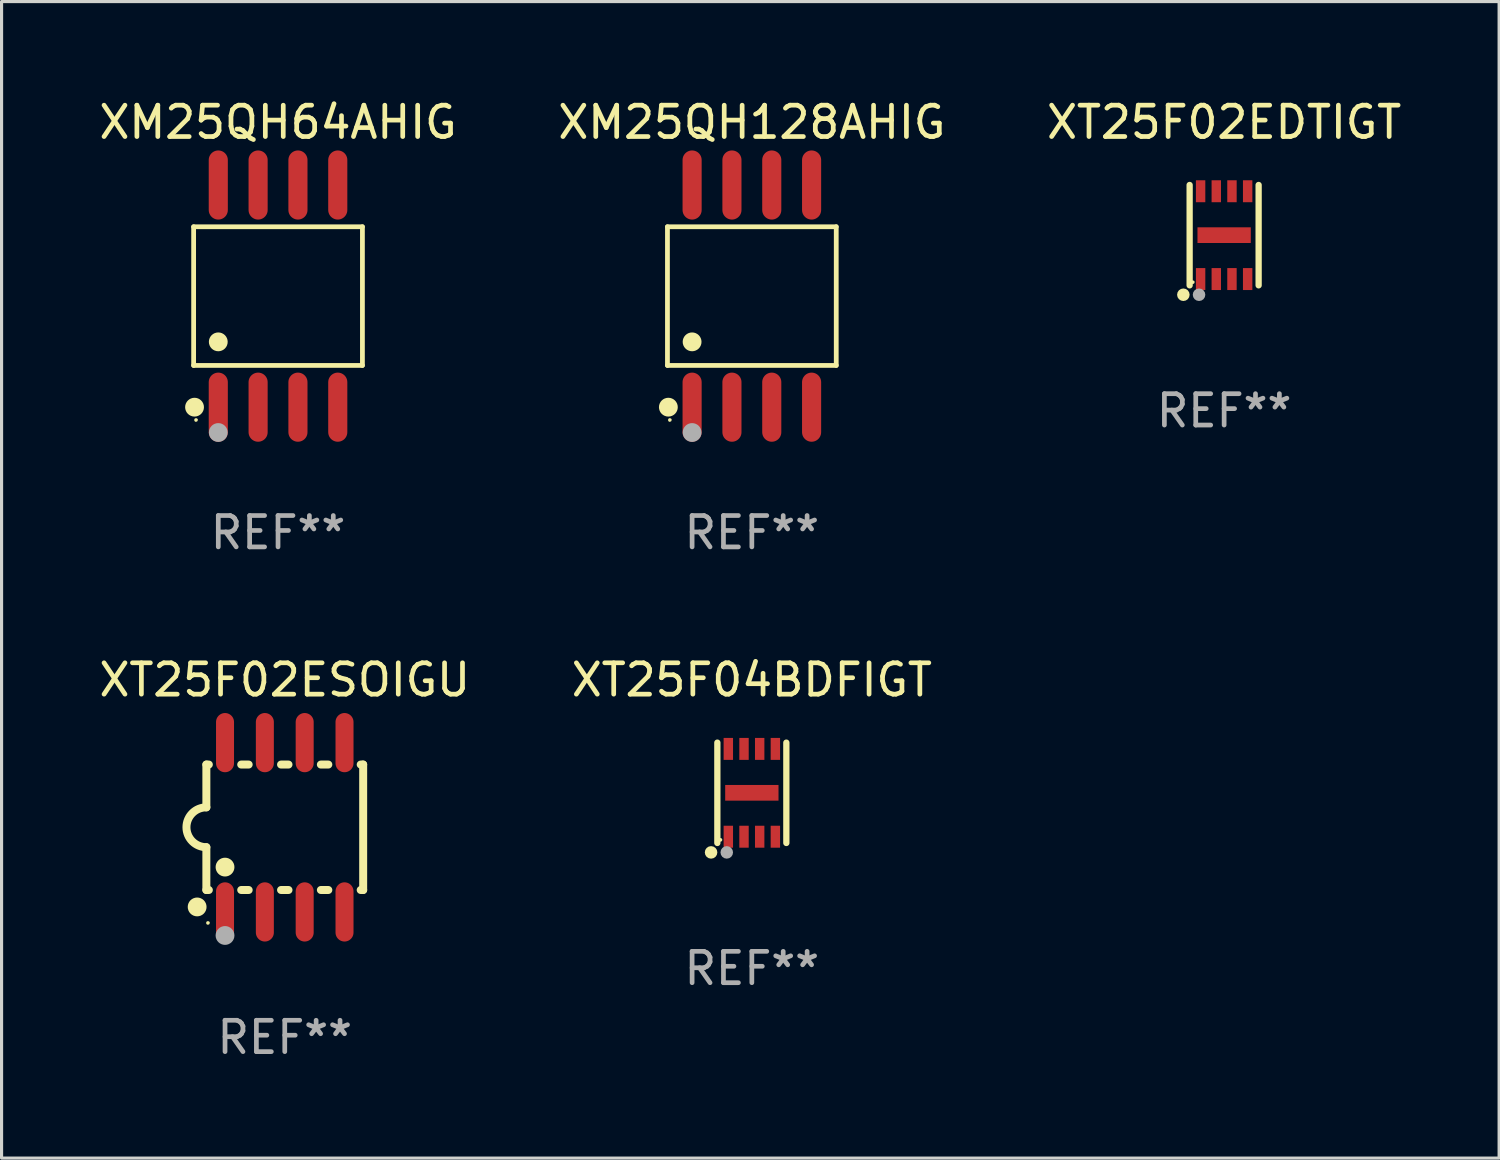
<source format=kicad_pcb>
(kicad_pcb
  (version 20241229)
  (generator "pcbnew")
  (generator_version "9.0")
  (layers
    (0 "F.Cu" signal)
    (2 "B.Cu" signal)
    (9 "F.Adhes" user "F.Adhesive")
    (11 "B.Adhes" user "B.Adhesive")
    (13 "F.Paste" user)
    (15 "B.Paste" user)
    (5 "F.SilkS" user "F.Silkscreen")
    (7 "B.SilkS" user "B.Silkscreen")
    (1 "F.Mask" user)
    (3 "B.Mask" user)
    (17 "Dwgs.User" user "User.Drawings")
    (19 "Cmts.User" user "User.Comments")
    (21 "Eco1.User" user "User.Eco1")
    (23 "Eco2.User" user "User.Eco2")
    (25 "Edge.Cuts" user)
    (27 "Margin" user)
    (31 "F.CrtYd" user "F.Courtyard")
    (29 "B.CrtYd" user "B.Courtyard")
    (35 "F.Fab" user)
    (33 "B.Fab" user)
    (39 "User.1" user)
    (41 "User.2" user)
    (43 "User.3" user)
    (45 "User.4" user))
  (footprint "XT25F02EDTIGT"
    (layer "F.Cu")
    (at 35.982 4.448)
    (property "Reference" "XT25F02EDTIGT" (at 0 -3.6 0) (layer "F.SilkS") (effects (font (size 1 1) (thickness 0.15))))
    (attr through_hole)
    (fp_line (start -1.1 1.6) (end -1.1 -1.6) (stroke (width 0.2) (type solid)) (layer "F.SilkS"))
    (fp_line (start 1.1 1.6) (end 1.1 -1.6) (stroke (width 0.2) (type solid)) (layer "F.SilkS"))
    (fp_circle (center -1.3 1.9) (end -1.2 1.9) (stroke (width 0.2) (type solid)) (fill no) (layer "F.SilkS"))
    (fp_circle (center -1 1.5) (end -0.97 1.5) (stroke (width 0.06) (type solid)) (fill no) (layer "F.SilkS"))
    (fp_circle (center -0.8 1.9) (end -0.7 1.9) (stroke (width 0.2) (type solid)) (fill no) (layer "F.Fab"))
    (fp_text user "REF**" (at 0 5.6 0) (layer "F.Fab") (effects (font (size 1 1) (thickness 0.15))))
    (pad "1" smd rect (at -0.75 1.4 90) (size 0.7 0.3) (layers "F.Cu" "F.Mask" "F.Paste"))
    (pad "2" smd rect (at -0.25 1.4 90) (size 0.7 0.3) (layers "F.Cu" "F.Mask" "F.Paste"))
    (pad "3" smd rect (at 0.25 1.4 90) (size 0.7 0.3) (layers "F.Cu" "F.Mask" "F.Paste"))
    (pad "4" smd rect (at 0.75 1.4 90) (size 0.7 0.3) (layers "F.Cu" "F.Mask" "F.Paste"))
    (pad "5" smd rect (at 0.75 -1.4 90) (size 0.7 0.3) (layers "F.Cu" "F.Mask" "F.Paste"))
    (pad "6" smd rect (at 0.25 -1.4 90) (size 0.7 0.3) (layers "F.Cu" "F.Mask" "F.Paste"))
    (pad "7" smd rect (at -0.25 -1.4 90) (size 0.7 0.3) (layers "F.Cu" "F.Mask" "F.Paste"))
    (pad "8" smd rect (at -0.75 -1.4 90) (size 0.7 0.3) (layers "F.Cu" "F.Mask" "F.Paste"))
    (pad "9" smd rect (at 0.000127 0) (size 1.7 0.5) (layers "F.Cu" "F.Mask" "F.Paste")))
  (footprint "XT25F02ESOIGU"
    (layer "F.Cu")
    (at 6.03 23.328)
    (property "Reference" "XT25F02ESOIGU" (at 0 -4.699 0) (layer "F.SilkS") (effects (font (size 1 1) (thickness 0.15))))
    (attr through_hole)
    (fp_line (start -2.5 -2) (end -2.5 -0.635) (stroke (width 0.254) (type solid)) (layer "F.SilkS"))
    (fp_line (start -2.5 -2) (end -2.421 -2) (stroke (width 0.254) (type solid)) (layer "F.SilkS"))
    (fp_line (start -2.5 2) (end -2.5 0.635) (stroke (width 0.254) (type solid)) (layer "F.SilkS"))
    (fp_line (start -2.5 2) (end -2.421 2) (stroke (width 0.254) (type solid)) (layer "F.SilkS"))
    (fp_line (start -1.389 -2) (end -1.151 -2) (stroke (width 0.254) (type solid)) (layer "F.SilkS"))
    (fp_line (start -1.389 2) (end -1.151 2) (stroke (width 0.254) (type solid)) (layer "F.SilkS"))
    (fp_line (start -0.119 -2) (end 0.119 -2) (stroke (width 0.254) (type solid)) (layer "F.SilkS"))
    (fp_line (start -0.119 2) (end 0.119 2) (stroke (width 0.254) (type solid)) (layer "F.SilkS"))
    (fp_line (start 1.151 -2) (end 1.389 -2) (stroke (width 0.254) (type solid)) (layer "F.SilkS"))
    (fp_line (start 1.151 2) (end 1.389 2) (stroke (width 0.254) (type solid)) (layer "F.SilkS"))
    (fp_line (start 2.421 -2) (end 2.5 -2) (stroke (width 0.254) (type solid)) (layer "F.SilkS"))
    (fp_line (start 2.421 2) (end 2.5 2) (stroke (width 0.254) (type solid)) (layer "F.SilkS"))
    (fp_line (start 2.5 -2) (end 2.5 2) (stroke (width 0.254) (type solid)) (layer "F.SilkS"))
    (fp_arc (start -2.5 0.635001) (mid -3.134366 -0.000318) (end -2.499365 -0.635001) (stroke (width 0.254001) (type solid)) (layer "F.SilkS"))
    (fp_circle (center -2.794 2.54) (end -2.644 2.54) (stroke (width 0.3) (type solid)) (fill no) (layer "F.SilkS"))
    (fp_circle (center -2.45 3.05) (end -2.42 3.05) (stroke (width 0.06) (type solid)) (fill no) (layer "F.SilkS"))
    (fp_circle (center -1.905 1.27) (end -1.755 1.27) (stroke (width 0.3) (type solid)) (fill no) (layer "F.SilkS"))
    (fp_circle (center -1.905 3.45) (end -1.755 3.45) (stroke (width 0.3) (type solid)) (fill no) (layer "F.Fab"))
    (fp_text user "REF**" (at 0 6.699 0) (layer "F.Fab") (effects (font (size 1 1) (thickness 0.15))))
    (pad "1" smd oval (at -1.905 2.699) (size 0.574 1.888) (layers "F.Cu" "F.Mask" "F.Paste"))
    (pad "2" smd oval (at -0.635 2.699) (size 0.574 1.888) (layers "F.Cu" "F.Mask" "F.Paste"))
    (pad "3" smd oval (at 0.635 2.699) (size 0.574 1.888) (layers "F.Cu" "F.Mask" "F.Paste"))
    (pad "4" smd oval (at 1.905 2.699) (size 0.574 1.888) (layers "F.Cu" "F.Mask" "F.Paste"))
    (pad "5" smd oval (at 1.905 -2.699) (size 0.574 1.888) (layers "F.Cu" "F.Mask" "F.Paste"))
    (pad "6" smd oval (at 0.635 -2.699) (size 0.574 1.888) (layers "F.Cu" "F.Mask" "F.Paste"))
    (pad "7" smd oval (at -0.635 -2.699) (size 0.574 1.888) (layers "F.Cu" "F.Mask" "F.Paste"))
    (pad "8" smd oval (at -1.905 -2.699) (size 0.574 1.888) (layers "F.Cu" "F.Mask" "F.Paste")))
  (footprint "XT25F04BDFIGT"
    (layer "F.Cu")
    (at 20.923 22.229)
    (property "Reference" "XT25F04BDFIGT" (at 0 -3.6 0) (layer "F.SilkS") (effects (font (size 1 1) (thickness 0.15))))
    (attr through_hole)
    (fp_line (start -1.1 1.6) (end -1.1 -1.6) (stroke (width 0.2) (type solid)) (layer "F.SilkS"))
    (fp_line (start 1.1 1.6) (end 1.1 -1.6) (stroke (width 0.2) (type solid)) (layer "F.SilkS"))
    (fp_circle (center -1.3 1.9) (end -1.2 1.9) (stroke (width 0.2) (type solid)) (fill no) (layer "F.SilkS"))
    (fp_circle (center -1 1.5) (end -0.97 1.5) (stroke (width 0.06) (type solid)) (fill no) (layer "F.SilkS"))
    (fp_circle (center -0.8 1.9) (end -0.7 1.9) (stroke (width 0.2) (type solid)) (fill no) (layer "F.Fab"))
    (fp_text user "REF**" (at 0 5.6 0) (layer "F.Fab") (effects (font (size 1 1) (thickness 0.15))))
    (pad "1" smd rect (at -0.75 1.4 90) (size 0.7 0.3) (layers "F.Cu" "F.Mask" "F.Paste"))
    (pad "2" smd rect (at -0.25 1.4 90) (size 0.7 0.3) (layers "F.Cu" "F.Mask" "F.Paste"))
    (pad "3" smd rect (at 0.25 1.4 90) (size 0.7 0.3) (layers "F.Cu" "F.Mask" "F.Paste"))
    (pad "4" smd rect (at 0.75 1.4 90) (size 0.7 0.3) (layers "F.Cu" "F.Mask" "F.Paste"))
    (pad "5" smd rect (at 0.75 -1.4 90) (size 0.7 0.3) (layers "F.Cu" "F.Mask" "F.Paste"))
    (pad "6" smd rect (at 0.25 -1.4 90) (size 0.7 0.3) (layers "F.Cu" "F.Mask" "F.Paste"))
    (pad "7" smd rect (at -0.25 -1.4 90) (size 0.7 0.3) (layers "F.Cu" "F.Mask" "F.Paste"))
    (pad "8" smd rect (at -0.75 -1.4 90) (size 0.7 0.3) (layers "F.Cu" "F.Mask" "F.Paste"))
    (pad "9" smd rect (at 0.000127 0) (size 1.7 0.5) (layers "F.Cu" "F.Mask" "F.Paste")))
  (footprint "XM25QH128AHIG"
    (layer "F.Cu")
    (at 20.923 6.391)
    (property "Reference" "XM25QH128AHIG" (at 0 -5.542 0) (layer "F.SilkS") (effects (font (size 1 1) (thickness 0.15))))
    (attr through_hole)
    (fp_line (start -2.691 -2.211) (end 2.691 -2.211) (stroke (width 0.152) (type solid)) (layer "F.SilkS"))
    (fp_line (start -2.691 2.211) (end -2.691 -2.211) (stroke (width 0.152) (type solid)) (layer "F.SilkS"))
    (fp_line (start 2.691 -2.211) (end 2.691 2.211) (stroke (width 0.152) (type solid)) (layer "F.SilkS"))
    (fp_line (start 2.691 2.211) (end -2.691 2.211) (stroke (width 0.152) (type solid)) (layer "F.SilkS"))
    (fp_circle (center -2.662 3.542) (end -2.512 3.542) (stroke (width 0.3) (type solid)) (fill no) (layer "F.SilkS"))
    (fp_circle (center -2.615 3.95) (end -2.585 3.95) (stroke (width 0.06) (type solid)) (fill no) (layer "F.SilkS"))
    (fp_circle (center -1.905 1.459) (end -1.755 1.459) (stroke (width 0.3) (type solid)) (fill no) (layer "F.SilkS"))
    (fp_circle (center -1.905 4.35) (end -1.755 4.35) (stroke (width 0.3) (type solid)) (fill no) (layer "F.Fab"))
    (fp_text user "REF**" (at 0 7.542 0) (layer "F.Fab") (effects (font (size 1 1) (thickness 0.15))))
    (pad "1" smd oval (at -1.905 3.542) (size 0.609 2.204) (layers "F.Cu" "F.Mask" "F.Paste"))
    (pad "2" smd oval (at -0.635 3.542) (size 0.609 2.204) (layers "F.Cu" "F.Mask" "F.Paste"))
    (pad "3" smd oval (at 0.635 3.542) (size 0.609 2.204) (layers "F.Cu" "F.Mask" "F.Paste"))
    (pad "4" smd oval (at 1.905 3.542) (size 0.609 2.204) (layers "F.Cu" "F.Mask" "F.Paste"))
    (pad "5" smd oval (at 1.905 -3.542) (size 0.609 2.204) (layers "F.Cu" "F.Mask" "F.Paste"))
    (pad "6" smd oval (at 0.635 -3.542) (size 0.609 2.204) (layers "F.Cu" "F.Mask" "F.Paste"))
    (pad "7" smd oval (at -0.635 -3.542) (size 0.609 2.204) (layers "F.Cu" "F.Mask" "F.Paste"))
    (pad "8" smd oval (at -1.905 -3.542) (size 0.609 2.204) (layers "F.Cu" "F.Mask" "F.Paste")))
  (footprint "XM25QH64AHIG"
    (layer "F.Cu")
    (at 5.815 6.391)
    (property "Reference" "XM25QH64AHIG" (at 0 -5.542 0) (layer "F.SilkS") (effects (font (size 1 1) (thickness 0.15))))
    (attr through_hole)
    (fp_line (start -2.691 -2.211) (end 2.691 -2.211) (stroke (width 0.152) (type solid)) (layer "F.SilkS"))
    (fp_line (start -2.691 2.211) (end -2.691 -2.211) (stroke (width 0.152) (type solid)) (layer "F.SilkS"))
    (fp_line (start 2.691 -2.211) (end 2.691 2.211) (stroke (width 0.152) (type solid)) (layer "F.SilkS"))
    (fp_line (start 2.691 2.211) (end -2.691 2.211) (stroke (width 0.152) (type solid)) (layer "F.SilkS"))
    (fp_circle (center -2.662 3.542) (end -2.512 3.542) (stroke (width 0.3) (type solid)) (fill no) (layer "F.SilkS"))
    (fp_circle (center -2.615 3.95) (end -2.585 3.95) (stroke (width 0.06) (type solid)) (fill no) (layer "F.SilkS"))
    (fp_circle (center -1.905 1.459) (end -1.755 1.459) (stroke (width 0.3) (type solid)) (fill no) (layer "F.SilkS"))
    (fp_circle (center -1.905 4.35) (end -1.755 4.35) (stroke (width 0.3) (type solid)) (fill no) (layer "F.Fab"))
    (fp_text user "REF**" (at 0 7.542 0) (layer "F.Fab") (effects (font (size 1 1) (thickness 0.15))))
    (pad "1" smd oval (at -1.905 3.542) (size 0.609 2.204) (layers "F.Cu" "F.Mask" "F.Paste"))
    (pad "2" smd oval (at -0.635 3.542) (size 0.609 2.204) (layers "F.Cu" "F.Mask" "F.Paste"))
    (pad "3" smd oval (at 0.635 3.542) (size 0.609 2.204) (layers "F.Cu" "F.Mask" "F.Paste"))
    (pad "4" smd oval (at 1.905 3.542) (size 0.609 2.204) (layers "F.Cu" "F.Mask" "F.Paste"))
    (pad "5" smd oval (at 1.905 -3.542) (size 0.609 2.204) (layers "F.Cu" "F.Mask" "F.Paste"))
    (pad "6" smd oval (at 0.635 -3.542) (size 0.609 2.204) (layers "F.Cu" "F.Mask" "F.Paste"))
    (pad "7" smd oval (at -0.635 -3.542) (size 0.609 2.204) (layers "F.Cu" "F.Mask" "F.Paste"))
    (pad "8" smd oval (at -1.905 -3.542) (size 0.609 2.204) (layers "F.Cu" "F.Mask" "F.Paste")))
  (gr_rect
    (start -3 -3)
    (end 44.75 33.876)
    (stroke (width 0.1) (type default))
    (fill no)
    (layer "Edge.Cuts")))
</source>
